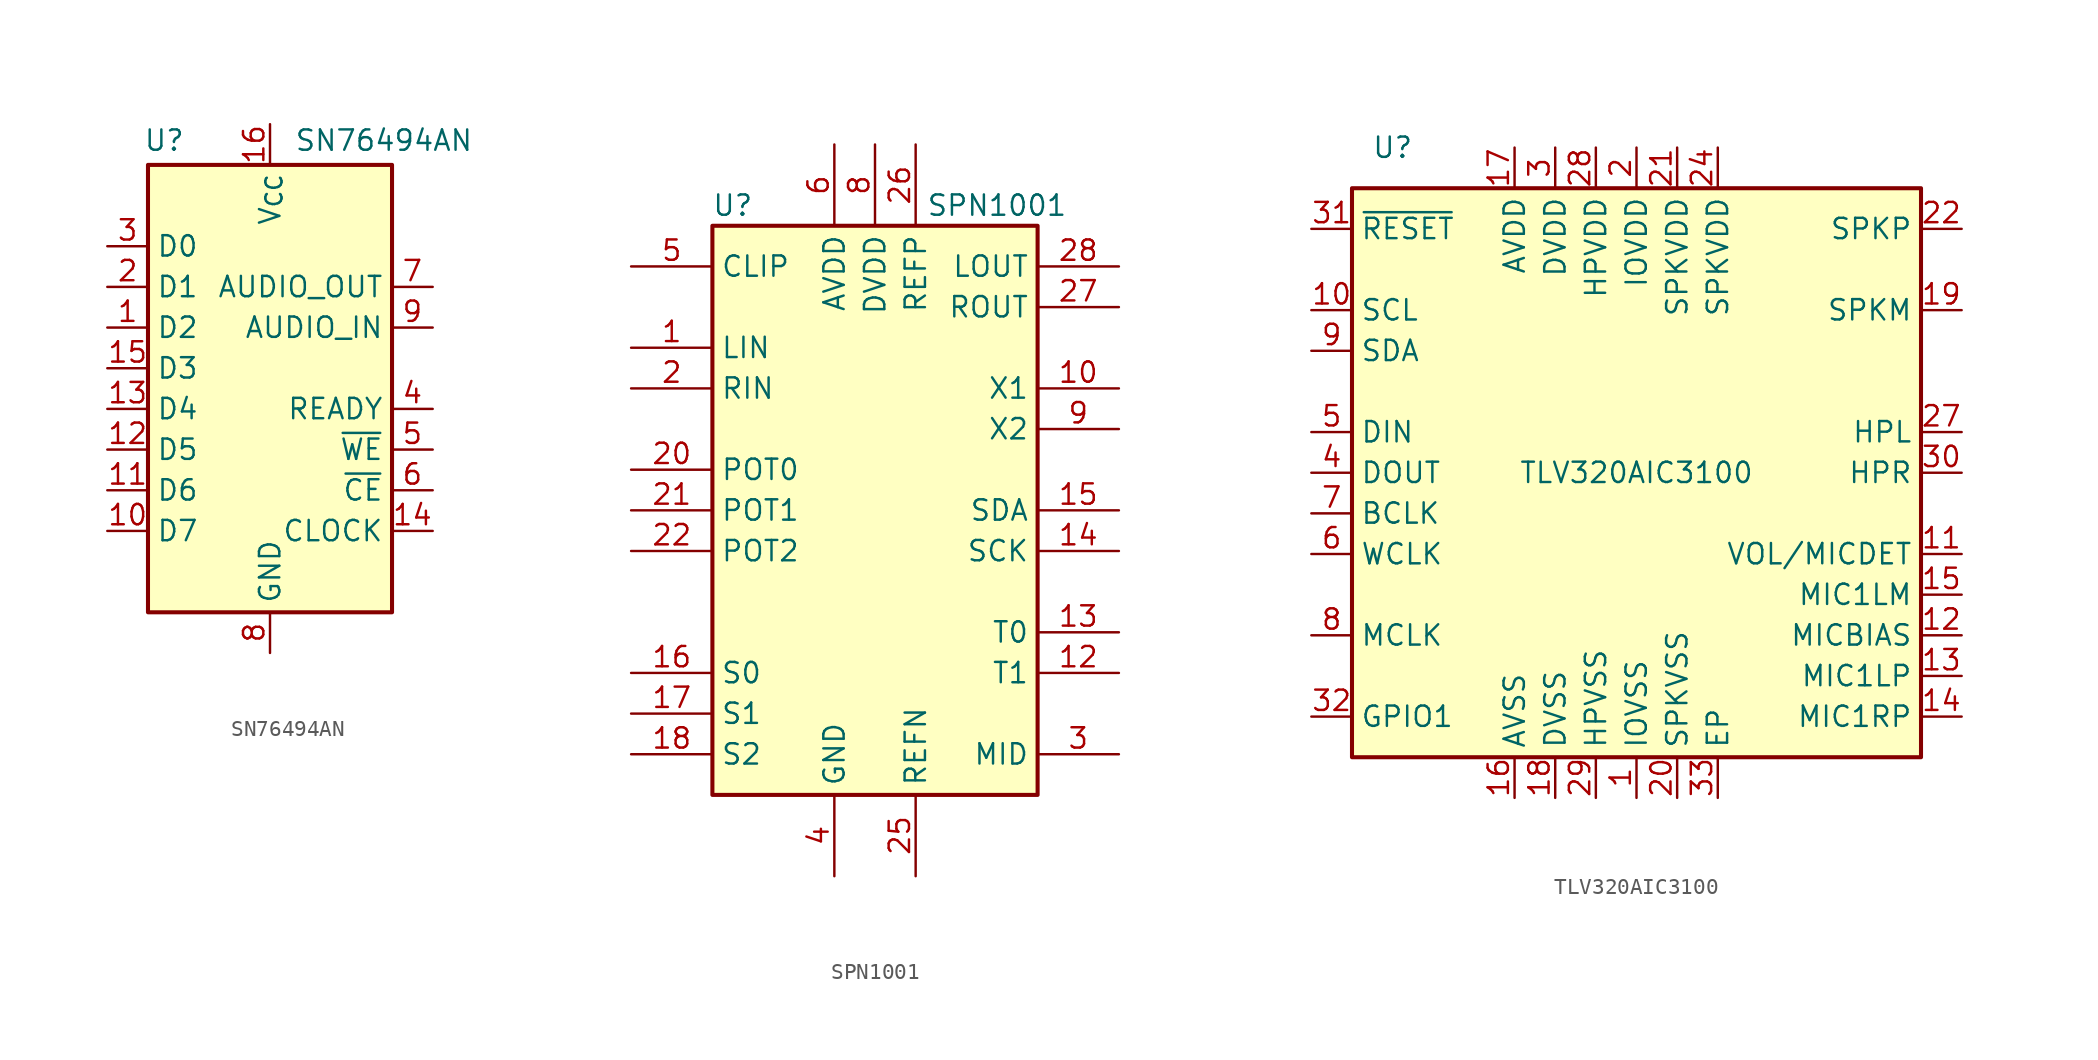
<source format=kicad_sym>
(kicad_symbol_lib
  (version 20241209)
  (generator "kicad_symbol_editor")
  (generator_version "9.0")
  (symbol "SN76494AN"
    (property "Reference" "U"
      (at -6.604 16.764 0)
      (effects (font (size 1.27 1.27))))
    (property "Value" "SN76494AN"
      (at 7.112 16.764 0)
      (effects (font (size 1.27 1.27))))
    (symbol "SN76494AN_0_0"
      (rectangle (start -7.62 15.24) (end 7.62 -12.7) (stroke (width 0.254) (type default)) (fill (type background))))
    (symbol "SN76494AN_1_1"
      (pin input line (at -10.16 10.16 0) (length 2.54) (name "D0" (effects (font (size 1.27 1.27)))) (number "3" (effects (font (size 1.27 1.27)))))
      (pin input line (at -10.16 7.62 0) (length 2.54) (name "D1" (effects (font (size 1.27 1.27)))) (number "2" (effects (font (size 1.27 1.27)))))
      (pin input line (at -10.16 5.08 0) (length 2.54) (name "D2" (effects (font (size 1.27 1.27)))) (number "1" (effects (font (size 1.27 1.27)))))
      (pin input line (at -10.16 2.54 0) (length 2.54) (name "D3" (effects (font (size 1.27 1.27)))) (number "15" (effects (font (size 1.27 1.27)))))
      (pin input line (at -10.16 0 0) (length 2.54) (name "D4" (effects (font (size 1.27 1.27)))) (number "13" (effects (font (size 1.27 1.27)))))
      (pin input line (at -10.16 -2.54 0) (length 2.54) (name "D5" (effects (font (size 1.27 1.27)))) (number "12" (effects (font (size 1.27 1.27)))))
      (pin input line (at -10.16 -5.08 0) (length 2.54) (name "D6" (effects (font (size 1.27 1.27)))) (number "11" (effects (font (size 1.27 1.27)))))
      (pin input line (at -10.16 -7.62 0) (length 2.54) (name "D7" (effects (font (size 1.27 1.27)))) (number "10" (effects (font (size 1.27 1.27)))))
      (pin power_in line (at 0 17.78 270) (length 2.54) (name "V_{CC}" (effects (font (size 1.27 1.27)))) (number "16" (effects (font (size 1.27 1.27)))))
      (pin power_in line (at 0 -15.24 90) (length 2.54) (name "GND" (effects (font (size 1.27 1.27)))) (number "8" (effects (font (size 1.27 1.27)))))
      (pin output line (at 10.16 7.62 180) (length 2.54) (name "AUDIO_OUT" (effects (font (size 1.27 1.27)))) (number "7" (effects (font (size 1.27 1.27)))))
      (pin input line (at 10.16 5.08 180) (length 2.54) (name "AUDIO_IN" (effects (font (size 1.27 1.27)))) (number "9" (effects (font (size 1.27 1.27)))))
      (pin open_collector line (at 10.16 0 180) (length 2.54) (name "READY" (effects (font (size 1.27 1.27)))) (number "4" (effects (font (size 1.27 1.27)))))
      (pin input line (at 10.16 -2.54 180) (length 2.54) (name "~{WE}" (effects (font (size 1.27 1.27)))) (number "5" (effects (font (size 1.27 1.27)))))
      (pin input line (at 10.16 -5.08 180) (length 2.54) (name "~{CE}" (effects (font (size 1.27 1.27)))) (number "6" (effects (font (size 1.27 1.27)))))
      (pin input line (at 10.16 -7.62 180) (length 2.54) (name "CLOCK" (effects (font (size 1.27 1.27)))) (number "14" (effects (font (size 1.27 1.27)))))))
  (symbol "SPN1001"
    (property "Reference" "U"
      (at -8.89 19.05 0)
      (effects (font (size 1.27 1.27))))
    (property "Value" "SPN1001"
      (at 7.62 19.05 0)
      (effects (font (size 1.27 1.27))))
    (symbol "SPN1001_0_1"
      (rectangle (start -10.16 17.78) (end 10.16 -17.78) (stroke (width 0.254) (type solid)) (fill (type background))))
    (symbol "SPN1001_1_1"
      (pin power_out line (at -15.24 15.24 0) (length 5.08) (name "CLIP" (effects (font (size 1.27 1.27)))) (number "5" (effects (font (size 1.27 1.27)))))
      (pin input line (at -15.24 10.16 0) (length 5.08) (name "LIN" (effects (font (size 1.27 1.27)))) (number "1" (effects (font (size 1.27 1.27)))))
      (pin input line (at -15.24 7.62 0) (length 5.08) (name "RIN" (effects (font (size 1.27 1.27)))) (number "2" (effects (font (size 1.27 1.27)))))
      (pin input line (at -15.24 2.54 0) (length 5.08) (name "POT0" (effects (font (size 1.27 1.27)))) (number "20" (effects (font (size 1.27 1.27)))))
      (pin input line (at -15.24 0 0) (length 5.08) (name "POT1" (effects (font (size 1.27 1.27)))) (number "21" (effects (font (size 1.27 1.27)))))
      (pin input line (at -15.24 -2.54 0) (length 5.08) (name "POT2" (effects (font (size 1.27 1.27)))) (number "22" (effects (font (size 1.27 1.27)))))
      (pin input line (at -15.24 -10.16 0) (length 5.08) (name "S0" (effects (font (size 1.27 1.27)))) (number "16" (effects (font (size 1.27 1.27)))))
      (pin input line (at -15.24 -12.7 0) (length 5.08) (name "S1" (effects (font (size 1.27 1.27)))) (number "17" (effects (font (size 1.27 1.27)))))
      (pin input line (at -15.24 -15.24 0) (length 5.08) (name "S2" (effects (font (size 1.27 1.27)))) (number "18" (effects (font (size 1.27 1.27)))))
      (pin power_in line (at -2.54 22.86 270) (length 5.08) (name "AVDD" (effects (font (size 1.27 1.27)))) (number "6" (effects (font (size 1.27 1.27)))))
      (pin passive line (at -2.54 -22.86 90) (length 5.08) (hide yes) (name "GND" (effects (font (size 1.27 1.27)))) (number "11" (effects (font (size 1.27 1.27)))))
      (pin passive line (at -2.54 -22.86 90) (length 5.08) (hide yes) (name "GND" (effects (font (size 1.27 1.27)))) (number "19" (effects (font (size 1.27 1.27)))))
      (pin passive line (at -2.54 -22.86 90) (length 5.08) (hide yes) (name "GND" (effects (font (size 1.27 1.27)))) (number "24" (effects (font (size 1.27 1.27)))))
      (pin power_in line (at -2.54 -22.86 90) (length 5.08) (name "GND" (effects (font (size 1.27 1.27)))) (number "4" (effects (font (size 1.27 1.27)))))
      (pin passive line (at -2.54 -22.86 90) (length 5.08) (hide yes) (name "GND" (effects (font (size 1.27 1.27)))) (number "7" (effects (font (size 1.27 1.27)))))
      (pin passive line (at 0 22.86 270) (length 5.08) (hide yes) (name "DVDD" (effects (font (size 1.27 1.27)))) (number "23" (effects (font (size 1.27 1.27)))))
      (pin power_in line (at 0 22.86 270) (length 5.08) (name "DVDD" (effects (font (size 1.27 1.27)))) (number "8" (effects (font (size 1.27 1.27)))))
      (pin input line (at 2.54 22.86 270) (length 5.08) (name "REFP" (effects (font (size 1.27 1.27)))) (number "26" (effects (font (size 1.27 1.27)))))
      (pin input line (at 2.54 -22.86 90) (length 5.08) (name "REFN" (effects (font (size 1.27 1.27)))) (number "25" (effects (font (size 1.27 1.27)))))
      (pin output line (at 15.24 15.24 180) (length 5.08) (name "LOUT" (effects (font (size 1.27 1.27)))) (number "28" (effects (font (size 1.27 1.27)))))
      (pin output line (at 15.24 12.7 180) (length 5.08) (name "ROUT" (effects (font (size 1.27 1.27)))) (number "27" (effects (font (size 1.27 1.27)))))
      (pin input line (at 15.24 7.62 180) (length 5.08) (name "X1" (effects (font (size 1.27 1.27)))) (number "10" (effects (font (size 1.27 1.27)))))
      (pin input line (at 15.24 5.08 180) (length 5.08) (name "X2" (effects (font (size 1.27 1.27)))) (number "9" (effects (font (size 1.27 1.27)))))
      (pin bidirectional line (at 15.24 0 180) (length 5.08) (name "SDA" (effects (font (size 1.27 1.27)))) (number "15" (effects (font (size 1.27 1.27)))))
      (pin bidirectional line (at 15.24 -2.54 180) (length 5.08) (name "SCK" (effects (font (size 1.27 1.27)))) (number "14" (effects (font (size 1.27 1.27)))))
      (pin input line (at 15.24 -7.62 180) (length 5.08) (name "T0" (effects (font (size 1.27 1.27)))) (number "13" (effects (font (size 1.27 1.27)))))
      (pin input line (at 15.24 -10.16 180) (length 5.08) (name "T1" (effects (font (size 1.27 1.27)))) (number "12" (effects (font (size 1.27 1.27)))))
      (pin power_out line (at 15.24 -15.24 180) (length 5.08) (name "MID" (effects (font (size 1.27 1.27)))) (number "3" (effects (font (size 1.27 1.27)))))))
  (symbol "TLV320AIC3100"
    (property "Reference" "U"
      (at -15.24 20.32 0)
      (effects (font (size 1.27 1.27))))
    (property "Value" "TLV320AIC3100"
      (at 0 0 0)
      (effects (font (size 1.27 1.27))))
    (symbol "TLV320AIC3100_0_1"
      (rectangle (start -17.78 17.78) (end 17.78 -17.78) (stroke (width 0.254) (type default)) (fill (type background))))
    (symbol "TLV320AIC3100_1_1"
      (pin input line (at -20.32 15.24 0) (length 2.54) (name "~{RESET}" (effects (font (size 1.27 1.27)))) (number "31" (effects (font (size 1.27 1.27)))))
      (pin input line (at -20.32 10.16 0) (length 2.54) (name "SCL" (effects (font (size 1.27 1.27)))) (number "10" (effects (font (size 1.27 1.27)))))
      (pin bidirectional line (at -20.32 7.62 0) (length 2.54) (name "SDA" (effects (font (size 1.27 1.27)))) (number "9" (effects (font (size 1.27 1.27)))))
      (pin input line (at -20.32 2.54 0) (length 2.54) (name "DIN" (effects (font (size 1.27 1.27)))) (number "5" (effects (font (size 1.27 1.27)))))
      (pin output line (at -20.32 0 0) (length 2.54) (name "DOUT" (effects (font (size 1.27 1.27)))) (number "4" (effects (font (size 1.27 1.27)))))
      (pin bidirectional line (at -20.32 -2.54 0) (length 2.54) (name "BCLK" (effects (font (size 1.27 1.27)))) (number "7" (effects (font (size 1.27 1.27)))))
      (pin bidirectional line (at -20.32 -5.08 0) (length 2.54) (name "WCLK" (effects (font (size 1.27 1.27)))) (number "6" (effects (font (size 1.27 1.27)))))
      (pin input line (at -20.32 -10.16 0) (length 2.54) (name "MCLK" (effects (font (size 1.27 1.27)))) (number "8" (effects (font (size 1.27 1.27)))))
      (pin bidirectional line (at -20.32 -15.24 0) (length 2.54) (name "GPIO1" (effects (font (size 1.27 1.27)))) (number "32" (effects (font (size 1.27 1.27)))))
      (pin power_in line (at -7.62 20.32 270) (length 2.54) (name "AVDD" (effects (font (size 1.27 1.27)))) (number "17" (effects (font (size 1.27 1.27)))))
      (pin power_in line (at -7.62 -20.32 90) (length 2.54) (name "AVSS" (effects (font (size 1.27 1.27)))) (number "16" (effects (font (size 1.27 1.27)))))
      (pin power_in line (at -5.08 20.32 270) (length 2.54) (name "DVDD" (effects (font (size 1.27 1.27)))) (number "3" (effects (font (size 1.27 1.27)))))
      (pin power_in line (at -5.08 -20.32 90) (length 2.54) (name "DVSS" (effects (font (size 1.27 1.27)))) (number "18" (effects (font (size 1.27 1.27)))))
      (pin power_in line (at -2.54 20.32 270) (length 2.54) (name "HPVDD" (effects (font (size 1.27 1.27)))) (number "28" (effects (font (size 1.27 1.27)))))
      (pin power_in line (at -2.54 -20.32 90) (length 2.54) (name "HPVSS" (effects (font (size 1.27 1.27)))) (number "29" (effects (font (size 1.27 1.27)))))
      (pin power_in line (at 0 20.32 270) (length 2.54) (name "IOVDD" (effects (font (size 1.27 1.27)))) (number "2" (effects (font (size 1.27 1.27)))))
      (pin power_in line (at 0 -20.32 90) (length 2.54) (name "IOVSS" (effects (font (size 1.27 1.27)))) (number "1" (effects (font (size 1.27 1.27)))))
      (pin power_in line (at 2.54 20.32 270) (length 2.54) (name "SPKVDD" (effects (font (size 1.27 1.27)))) (number "21" (effects (font (size 1.27 1.27)))))
      (pin power_in line (at 2.54 -20.32 90) (length 2.54) (name "SPKVSS" (effects (font (size 1.27 1.27)))) (number "20" (effects (font (size 1.27 1.27)))))
      (pin passive line (at 2.54 -20.32 90) (length 2.54) (hide yes) (name "SPKVSS" (effects (font (size 1.27 1.27)))) (number "25" (effects (font (size 1.27 1.27)))))
      (pin power_in line (at 5.08 20.32 270) (length 2.54) (name "SPKVDD" (effects (font (size 1.27 1.27)))) (number "24" (effects (font (size 1.27 1.27)))))
      (pin power_in line (at 5.08 -20.32 90) (length 2.54) (name "EP" (effects (font (size 1.27 1.27)))) (number "33" (effects (font (size 1.27 1.27)))))
      (pin output line (at 20.32 15.24 180) (length 2.54) (name "SPKP" (effects (font (size 1.27 1.27)))) (number "22" (effects (font (size 1.27 1.27)))))
      (pin passive line (at 20.32 15.24 180) (length 2.54) (hide yes) (name "SPKP" (effects (font (size 1.27 1.27)))) (number "26" (effects (font (size 1.27 1.27)))))
      (pin output line (at 20.32 10.16 180) (length 2.54) (name "SPKM" (effects (font (size 1.27 1.27)))) (number "19" (effects (font (size 1.27 1.27)))))
      (pin passive line (at 20.32 10.16 180) (length 2.54) (hide yes) (name "SPKM" (effects (font (size 1.27 1.27)))) (number "23" (effects (font (size 1.27 1.27)))))
      (pin output line (at 20.32 2.54 180) (length 2.54) (name "HPL" (effects (font (size 1.27 1.27)))) (number "27" (effects (font (size 1.27 1.27)))))
      (pin output line (at 20.32 0 180) (length 2.54) (name "HPR" (effects (font (size 1.27 1.27)))) (number "30" (effects (font (size 1.27 1.27)))))
      (pin input line (at 20.32 -5.08 180) (length 2.54) (name "VOL/MICDET" (effects (font (size 1.27 1.27)))) (number "11" (effects (font (size 1.27 1.27)))))
      (pin input line (at 20.32 -7.62 180) (length 2.54) (name "MIC1LM" (effects (font (size 1.27 1.27)))) (number "15" (effects (font (size 1.27 1.27)))))
      (pin power_out line (at 20.32 -10.16 180) (length 2.54) (name "MICBIAS" (effects (font (size 1.27 1.27)))) (number "12" (effects (font (size 1.27 1.27)))))
      (pin input line (at 20.32 -12.7 180) (length 2.54) (name "MIC1LP" (effects (font (size 1.27 1.27)))) (number "13" (effects (font (size 1.27 1.27)))))
      (pin input line (at 20.32 -15.24 180) (length 2.54) (name "MIC1RP" (effects (font (size 1.27 1.27)))) (number "14" (effects (font (size 1.27 1.27))))))))
</source>
